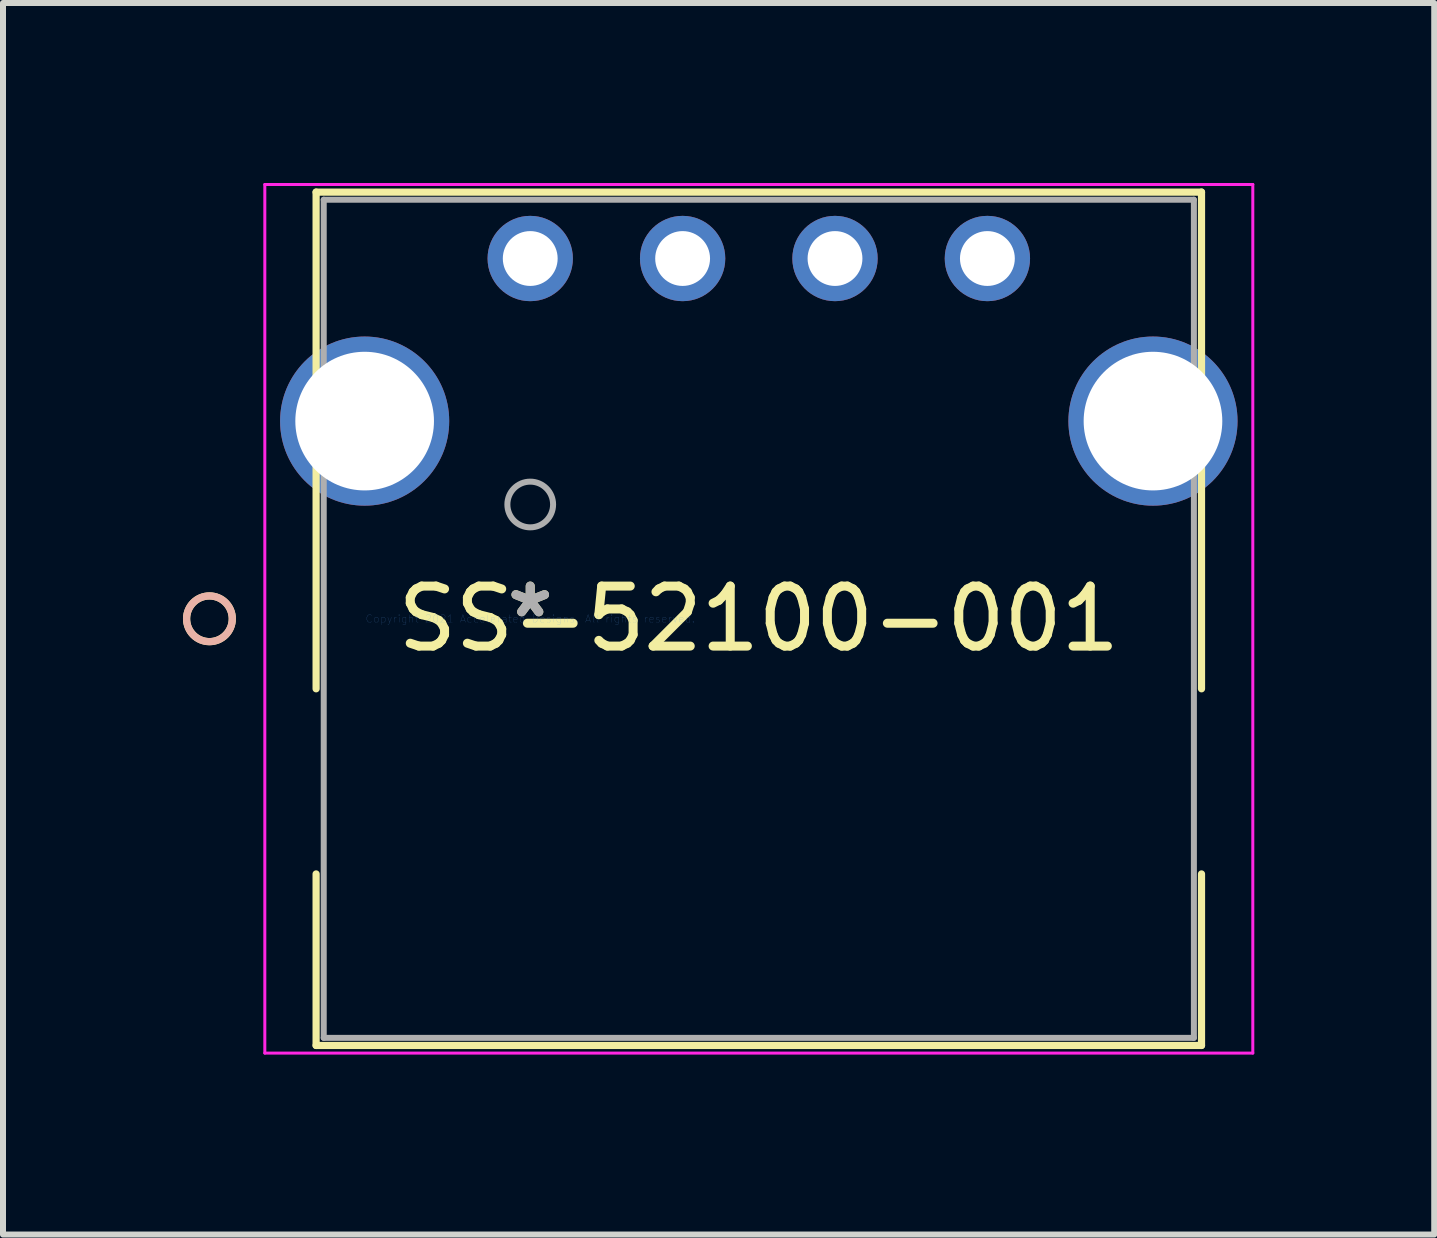
<source format=kicad_pcb>
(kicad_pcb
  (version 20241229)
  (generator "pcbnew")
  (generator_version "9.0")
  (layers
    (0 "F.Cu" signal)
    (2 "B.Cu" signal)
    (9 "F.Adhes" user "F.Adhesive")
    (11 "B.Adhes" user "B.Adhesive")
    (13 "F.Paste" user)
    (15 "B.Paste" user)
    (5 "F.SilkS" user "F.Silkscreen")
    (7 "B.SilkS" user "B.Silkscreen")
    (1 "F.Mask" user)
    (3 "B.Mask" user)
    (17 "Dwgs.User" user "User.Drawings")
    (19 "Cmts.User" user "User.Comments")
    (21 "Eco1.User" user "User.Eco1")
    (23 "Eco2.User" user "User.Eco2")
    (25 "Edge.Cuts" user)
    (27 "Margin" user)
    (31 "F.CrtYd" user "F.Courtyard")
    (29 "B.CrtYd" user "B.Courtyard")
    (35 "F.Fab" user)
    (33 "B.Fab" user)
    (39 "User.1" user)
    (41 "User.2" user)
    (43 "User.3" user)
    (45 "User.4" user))
  (footprint "SS-52100-001"
    (layer "F.Cu")
    (at 5.788 7.264)
    (property "Reference" "SS-52100-001" (at 3.81 0 0) (layer "F.SilkS") (effects (font (size 1 1) (thickness 0.15))))
    (attr through_hole)
    (fp_line (start -3.569 -7.112) (end -3.569 1.167) (stroke (width 0.12) (type solid)) (layer "F.SilkS"))
    (fp_line (start -3.569 4.253) (end -3.569 7.112) (stroke (width 0.12) (type solid)) (layer "F.SilkS"))
    (fp_line (start -3.569 7.112) (end 11.189 7.112) (stroke (width 0.12) (type solid)) (layer "F.SilkS"))
    (fp_line (start 11.189 -7.112) (end -3.569 -7.112) (stroke (width 0.12) (type solid)) (layer "F.SilkS"))
    (fp_line (start 11.189 1.167) (end 11.189 -7.112) (stroke (width 0.12) (type solid)) (layer "F.SilkS"))
    (fp_line (start 11.189 7.112) (end 11.189 4.253) (stroke (width 0.12) (type solid)) (layer "F.SilkS"))
    (fp_circle (center -5.347 0) (end -4.966 0) (stroke (width 0.12) (type solid)) (fill no) (layer "F.SilkS"))
    (fp_circle (center -5.347 0) (end -4.966 0) (stroke (width 0.12) (type solid)) (fill no) (layer "B.SilkS"))
    (fp_line (start -4.424 -7.239) (end -4.424 7.239) (stroke (width 0.05) (type solid)) (layer "F.CrtYd"))
    (fp_line (start -4.424 7.239) (end 12.044 7.239) (stroke (width 0.05) (type solid)) (layer "F.CrtYd"))
    (fp_line (start 12.044 -7.239) (end -4.424 -7.239) (stroke (width 0.05) (type solid)) (layer "F.CrtYd"))
    (fp_line (start 12.044 7.239) (end 12.044 -7.239) (stroke (width 0.05) (type solid)) (layer "F.CrtYd"))
    (fp_line (start -3.442 -6.985) (end -3.442 6.985) (stroke (width 0.1) (type solid)) (layer "F.Fab"))
    (fp_line (start -3.442 6.985) (end 11.062 6.985) (stroke (width 0.1) (type solid)) (layer "F.Fab"))
    (fp_line (start 11.062 -6.985) (end -3.442 -6.985) (stroke (width 0.1) (type solid)) (layer "F.Fab"))
    (fp_line (start 11.062 6.985) (end 11.062 -6.985) (stroke (width 0.1) (type solid)) (layer "F.Fab"))
    (fp_circle (center 0 -1.905) (end 0.381 -1.905) (stroke (width 0.1) (type solid)) (fill no) (layer "F.Fab"))
    (fp_text user "*" (at 0 0 0) (layer "F.SilkS") (effects (font (size 1 1) (thickness 0.15))))
    (fp_text user "Copyright 2021 Accelerated Designs. All rights reserved." (at 0 0 0) (layer "Cmts.User") (effects (font (size 0.127 0.127) (thickness 0.002))))
    (fp_text user "*" (at 0 0 0) (layer "F.Fab") (effects (font (size 1 1) (thickness 0.15))))
    (pad "1" thru_hole circle (at 0 -6.005) (size 1.422 1.422) (drill 0.914) (layers "*.Cu" "*.Mask"))
    (pad "2" thru_hole circle (at 2.54 -6.005) (size 1.422 1.422) (drill 0.914) (layers "*.Cu" "*.Mask"))
    (pad "3" thru_hole circle (at 5.08 -6.005) (size 1.422 1.422) (drill 0.914) (layers "*.Cu" "*.Mask"))
    (pad "4" thru_hole circle (at 7.62 -6.005) (size 1.422 1.422) (drill 0.914) (layers "*.Cu" "*.Mask"))
    (pad "5" thru_hole circle (at -2.76 -3.295 90) (size 2.819 2.819) (drill 2.311) (layers "*.Cu" "*.Mask"))
    (pad "6" thru_hole circle (at 10.38 -3.295 90) (size 2.819 2.819) (drill 2.311) (layers "*.Cu" "*.Mask")))
  (gr_rect
    (start -3 -3)
    (end 20.856 17.528)
    (stroke (width 0.1) (type default))
    (fill no)
    (layer "Edge.Cuts")))
</source>
